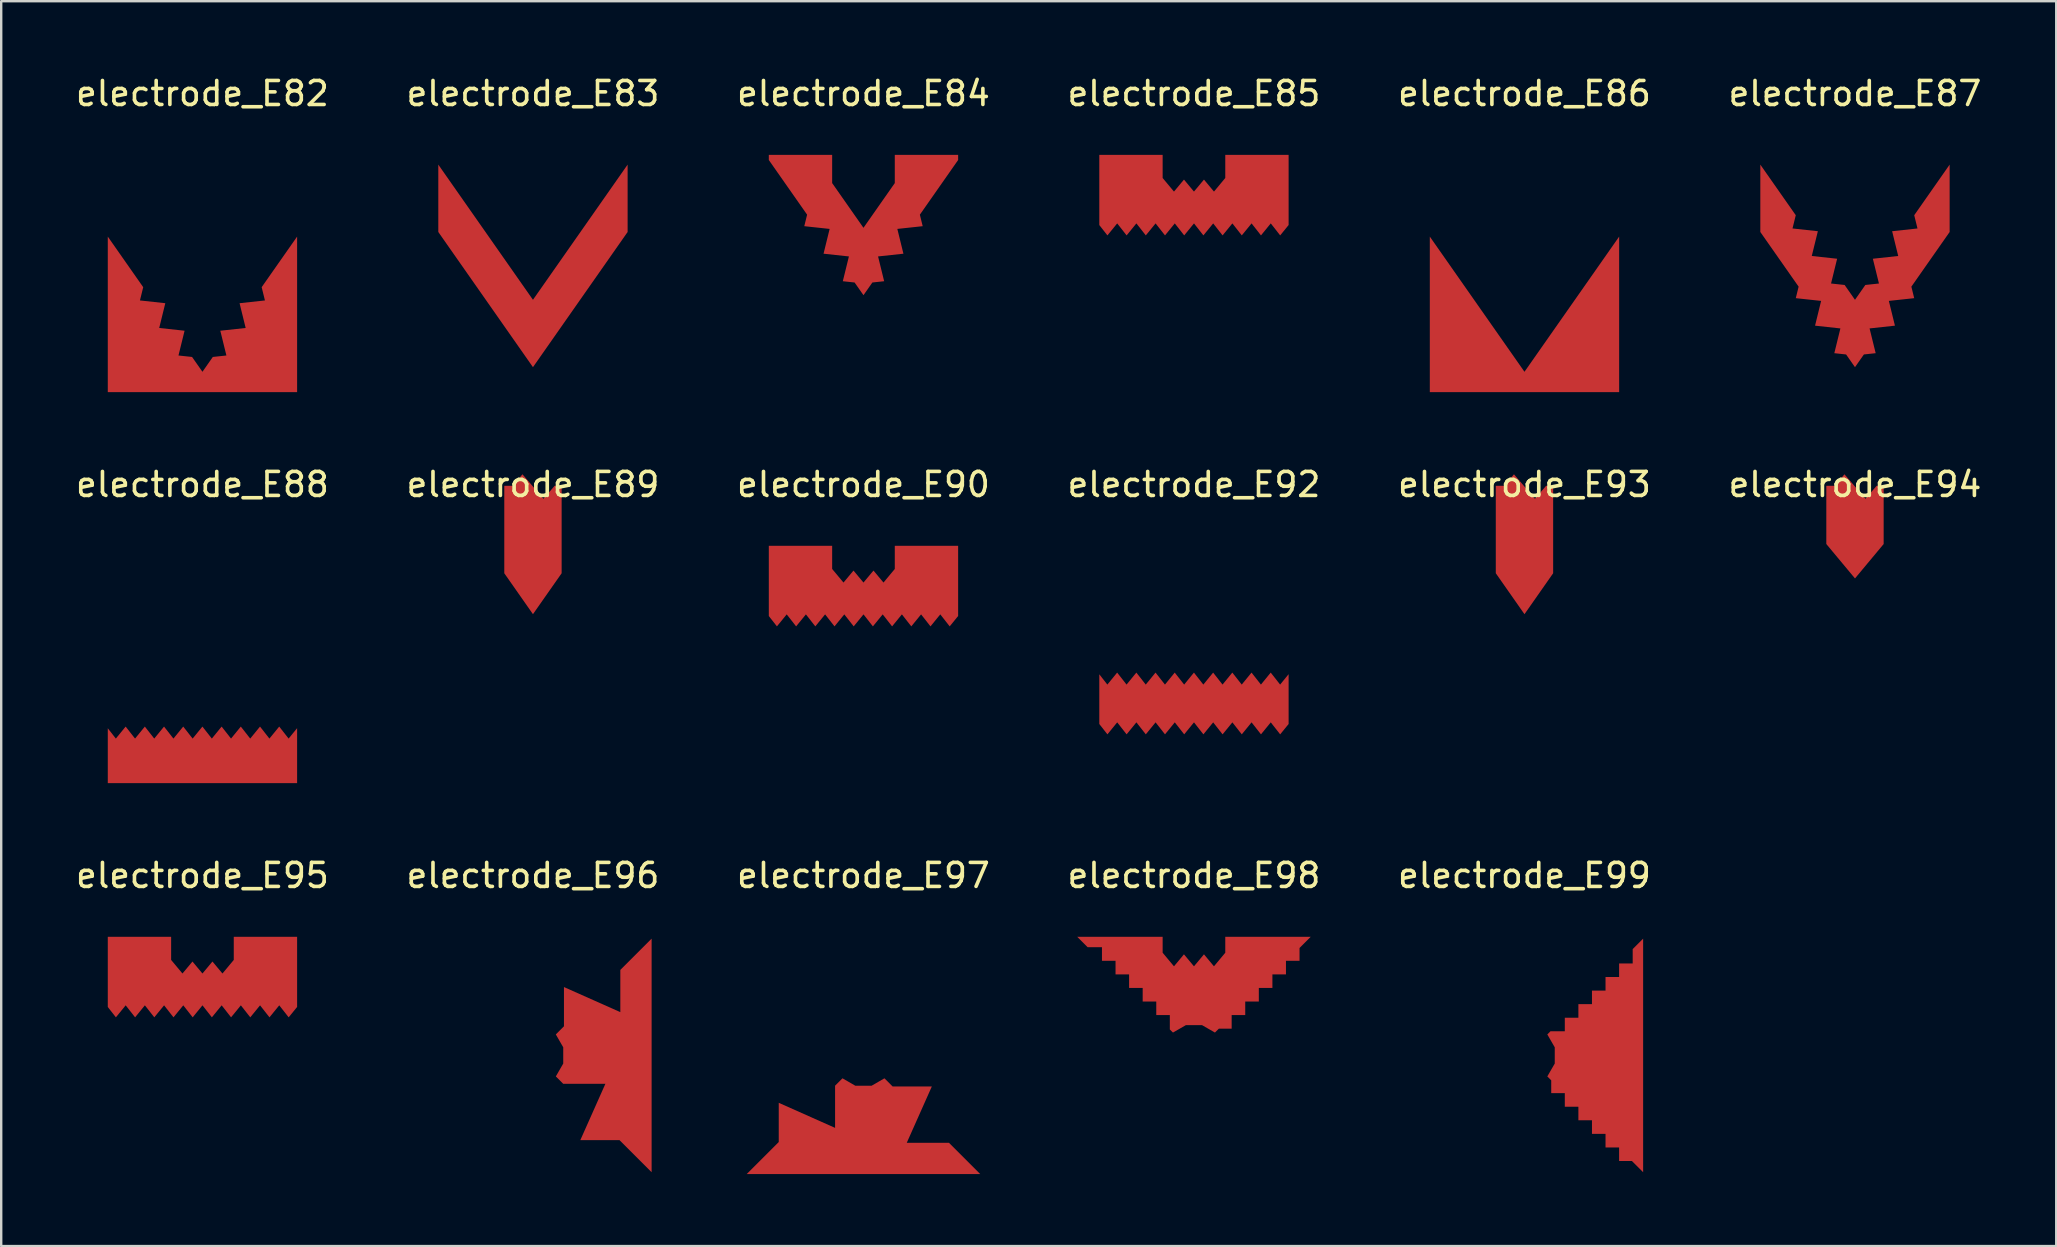
<source format=kicad_pcb>
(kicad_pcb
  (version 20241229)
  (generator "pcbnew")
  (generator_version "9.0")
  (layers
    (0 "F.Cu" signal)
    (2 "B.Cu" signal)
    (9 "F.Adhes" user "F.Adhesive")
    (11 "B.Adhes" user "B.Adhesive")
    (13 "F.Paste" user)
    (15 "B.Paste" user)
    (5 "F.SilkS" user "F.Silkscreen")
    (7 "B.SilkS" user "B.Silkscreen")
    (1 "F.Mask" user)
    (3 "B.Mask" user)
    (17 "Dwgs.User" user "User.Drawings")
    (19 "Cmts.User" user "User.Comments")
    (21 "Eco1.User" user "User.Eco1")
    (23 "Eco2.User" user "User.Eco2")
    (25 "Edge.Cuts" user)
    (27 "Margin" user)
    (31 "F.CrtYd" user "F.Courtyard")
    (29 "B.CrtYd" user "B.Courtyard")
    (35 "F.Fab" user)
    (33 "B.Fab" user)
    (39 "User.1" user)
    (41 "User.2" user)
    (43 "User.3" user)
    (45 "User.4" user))
  (footprint "electrode_E93"
    (layer "F.Cu")
    (at 60.482 17.142)
    (property "Reference" "electrode_E93" (at 0 0 0) (layer "F.SilkS") (effects (font (size 1 1) (thickness 0.15))))
    (attr through_hole)
    (pad "1" smd custom (at -0.037 2.209) (size 0.5 0.5) (layers "F.Cu" "F.Mask" "F.Paste") (options (anchor circle)) (primitives (gr_poly (pts (xy 0.474 -1.613) (xy 0.937 -2.154) (xy 1.232 -2.154) (xy 1.232 1.489) (xy 0.037 3.196) (xy -1.158 1.489) (xy -1.158 -2.154) (xy -0.813 -2.154) (xy -0.401 -2.635)) (width 0.0001) (fill yes)))))
  (footprint "electrode_E96"
    (layer "F.Cu")
    (at 19.161 33.435)
    (property "Reference" "electrode_E96" (at 0 0 0) (layer "F.SilkS") (effects (font (size 1 1) (thickness 0.15))))
    (attr through_hole)
    (pad "1" smd custom (at 2.416 7.48) (size 0.5 0.5) (layers "F.Cu" "F.Mask" "F.Paste") (options (anchor circle)) (primitives (gr_poly (pts (xy 2.529 4.887) (xy 1.192 3.551) (xy -0.443 3.551) (xy 0.603 1.202) (xy -1.156 1.202) (xy -1.463 0.895) (xy -1.154 0.358) (xy -1.154 -0.318) (xy -1.463 -0.855) (xy -1.124 -1.195) (xy -1.124 -2.83) (xy 1.225 -1.784) (xy 1.225 -3.543) (xy 2.529 -4.847)) (width 0.0001) (fill yes)))))
  (footprint "electrode_E97"
    (layer "F.Cu")
    (at 32.935 33.435)
    (property "Reference" "electrode_E97" (at 0 0 0) (layer "F.SilkS") (effects (font (size 1 1) (thickness 0.15))))
    (attr through_hole)
    (pad "1" smd custom (at -0.037 10.482) (size 0.5 0.5) (layers "F.Cu" "F.Mask" "F.Paste") (options (anchor circle)) (primitives (gr_poly (pts (xy 1.251 -1.689) (xy 2.886 -1.689) (xy 1.841 0.659) (xy 3.6 0.659) (xy 4.904 1.963) (xy -4.831 1.963) (xy -3.494 0.627) (xy -3.494 -1.008) (xy -1.146 0.037) (xy -1.146 -1.722) (xy -0.838 -2.029) (xy -0.302 -1.719) (xy 0.375 -1.719) (xy 0.911 -2.029)) (width 0.0001) (fill yes)))))
  (footprint "electrode_E92"
    (layer "F.Cu")
    (at 46.708 17.142)
    (property "Reference" "electrode_E92" (at 0 0 0) (layer "F.SilkS") (effects (font (size 1 1) (thickness 0.15))))
    (attr through_hole)
    (pad "1" smd custom (at -2.838 9.112) (size 0.5 0.5) (layers "F.Cu" "F.Mask" "F.Paste") (options (anchor circle)) (primitives (gr_poly (pts (xy 6.429 -0.774) (xy 6.783 -1.208) (xy 6.783 0.868) (xy 6.431 1.3) (xy 6.039 0.8) (xy 5.631 1.3) (xy 5.239 0.8) (xy 4.831 1.3) (xy 4.439 0.8) (xy 4.031 1.3) (xy 3.639 0.8) (xy 3.231 1.3) (xy 2.839 0.8) (xy 2.431 1.3) (xy 2.039 0.8) (xy 1.631 1.3) (xy 1.239 0.8) (xy 0.831 1.3) (xy 0.439 0.8) (xy 0.031 1.3) (xy -0.361 0.8) (xy -0.769 1.3) (xy -1.107 0.869) (xy -1.107 -1.203) (xy -0.771 -0.774) (xy -0.363 -1.274) (xy 0.029 -0.774) (xy 0.437 -1.274) (xy 0.829 -0.774) (xy 1.237 -1.274) (xy 1.629 -0.774) (xy 2.037 -1.274) (xy 2.429 -0.774) (xy 2.837 -1.274) (xy 3.229 -0.774) (xy 3.637 -1.274) (xy 4.029 -0.774) (xy 4.437 -1.274) (xy 4.829 -0.774) (xy 5.237 -1.274) (xy 5.629 -0.774) (xy 6.037 -1.274)) (width 0.0001) (fill yes)))))
  (footprint "electrode_E85"
    (layer "F.Cu")
    (at 46.708 0.848)
    (property "Reference" "electrode_E85" (at 0 0 0) (layer "F.SilkS") (effects (font (size 1 1) (thickness 0.15))))
    (attr through_hole)
    (pad "1" smd custom (at -2.708 3.99) (size 0.5 0.5) (layers "F.Cu" "F.Mask" "F.Paste") (options (anchor circle)) (primitives (gr_poly (pts (xy 6.653 1.49) (xy 6.301 1.922) (xy 5.909 1.422) (xy 5.501 1.922) (xy 5.109 1.422) (xy 4.701 1.922) (xy 4.309 1.422) (xy 3.901 1.922) (xy 3.509 1.422) (xy 3.101 1.922) (xy 2.709 1.422) (xy 2.301 1.922) (xy 1.909 1.422) (xy 1.501 1.922) (xy 1.109 1.422) (xy 0.701 1.922) (xy 0.309 1.422) (xy -0.099 1.922) (xy -0.491 1.422) (xy -0.899 1.922) (xy -1.237 1.491) (xy -1.237 -1.435) (xy 1.403 -1.435) (xy 1.403 -0.47) (xy 1.875 0.096) (xy 2.292 -0.404) (xy 2.708 0.096) (xy 3.125 -0.404) (xy 3.542 0.096) (xy 4.013 -0.47) (xy 4.013 -1.435) (xy 6.653 -1.435)) (width 0.0001) (fill yes)))))
  (footprint "electrode_E89"
    (layer "F.Cu")
    (at 19.161 17.142)
    (property "Reference" "electrode_E89" (at 0 0 0) (layer "F.SilkS") (effects (font (size 1 1) (thickness 0.15))))
    (attr through_hole)
    (pad "1" smd custom (at 0.22 1.916) (size 0.5 0.5) (layers "F.Cu" "F.Mask" "F.Paste") (options (anchor circle)) (primitives (gr_poly (pts (xy 0.218 -1.32) (xy 0.681 -1.861) (xy 0.975 -1.861) (xy 0.975 1.782) (xy -0.22 3.488) (xy -1.415 1.782) (xy -1.415 -1.861) (xy -1.069 -1.861) (xy -0.657 -2.342)) (width 0.0001) (fill yes)))))
  (footprint "electrode_E83"
    (layer "F.Cu")
    (at 19.161 0.848)
    (property "Reference" "electrode_E83" (at 0 0 0) (layer "F.SilkS") (effects (font (size 1 1) (thickness 0.15))))
    (attr through_hole)
    (pad "1" smd custom (at -0.073 9.823) (size 0.5 0.5) (layers "F.Cu" "F.Mask" "F.Paste") (options (anchor circle)) (primitives (gr_poly (pts (xy 4.018 -4.053) (xy 0.073 1.581) (xy -3.872 -4.053) (xy -3.872 -6.861) (xy 0.073 -1.227) (xy 4.018 -6.861)) (width 0.0001) (fill yes)))))
  (footprint "electrode_E98"
    (layer "F.Cu")
    (at 46.708 33.435)
    (property "Reference" "electrode_E98" (at 0 0 0) (layer "F.SilkS") (effects (font (size 1 1) (thickness 0.15))))
    (attr through_hole)
    (pad "1" smd custom (at 2.526 3.38) (size 0.5 0.5) (layers "F.Cu" "F.Mask" "F.Paste") (options (anchor circle)) (primitives (gr_poly (pts (xy -3.831 -0.16) (xy -3.359 0.406) (xy -2.943 -0.094) (xy -2.526 0.406) (xy -2.109 -0.094) (xy -1.693 0.406) (xy -1.221 -0.16) (xy -1.221 -0.825) (xy 2.341 -0.825) (xy 1.874 -0.358) (xy 1.874 0.176) (xy 1.308 0.176) (xy 1.308 0.742) (xy 0.743 0.742) (xy 0.743 1.307) (xy 0.177 1.307) (xy 0.177 1.873) (xy -0.389 1.873) (xy -0.389 2.439) (xy -0.955 2.439) (xy -0.955 3.004) (xy -1.488 3.004) (xy -1.651 3.167) (xy -2.188 2.858) (xy -2.864 2.858) (xy -3.401 3.167) (xy -3.532 3.037) (xy -3.532 2.439) (xy -4.097 2.439) (xy -4.097 1.873) (xy -4.663 1.873) (xy -4.663 1.307) (xy -5.229 1.307) (xy -5.229 0.742) (xy -5.794 0.742) (xy -5.794 0.176) (xy -6.36 0.176) (xy -6.36 -0.39) (xy -6.958 -0.39) (xy -7.393 -0.825) (xy -3.831 -0.825)) (width 0.0001) (fill yes)))))
  (footprint "electrode_E90"
    (layer "F.Cu")
    (at 32.935 17.142)
    (property "Reference" "electrode_E90" (at 0 0 0) (layer "F.SilkS") (effects (font (size 1 1) (thickness 0.15))))
    (attr through_hole)
    (pad "1" smd custom (at -2.708 3.99) (size 0.5 0.5) (layers "F.Cu" "F.Mask" "F.Paste") (options (anchor circle)) (primitives (gr_poly (pts (xy 6.653 1.49) (xy 6.301 1.922) (xy 5.909 1.422) (xy 5.501 1.922) (xy 5.109 1.422) (xy 4.701 1.922) (xy 4.309 1.422) (xy 3.901 1.922) (xy 3.509 1.422) (xy 3.101 1.922) (xy 2.709 1.422) (xy 2.301 1.922) (xy 1.909 1.422) (xy 1.501 1.922) (xy 1.109 1.422) (xy 0.701 1.922) (xy 0.309 1.422) (xy -0.099 1.922) (xy -0.491 1.422) (xy -0.899 1.922) (xy -1.237 1.491) (xy -1.237 -1.435) (xy 1.403 -1.435) (xy 1.403 -0.47) (xy 1.875 0.096) (xy 2.292 -0.404) (xy 2.708 0.096) (xy 3.125 -0.404) (xy 3.542 0.096) (xy 4.013 -0.47) (xy 4.013 -1.435) (xy 6.653 -1.435)) (width 0.0001) (fill yes)))))
  (footprint "electrode_E82"
    (layer "F.Cu")
    (at 5.387 0.848)
    (property "Reference" "electrode_E82" (at 0 0 0) (layer "F.SilkS") (effects (font (size 1 1) (thickness 0.15))))
    (attr through_hole)
    (pad "1" smd custom (at 3.038 9.603) (size 0.5 0.5) (layers "F.Cu" "F.Mask" "F.Paste") (options (anchor circle)) (primitives (gr_poly (pts (xy 0.907 2.842) (xy -6.983 2.842) (xy -6.983 -3.641) (xy -5.507 -1.533) (xy -5.643 -0.98) (xy -4.586 -0.865) (xy -4.84 0.167) (xy -3.783 0.282) (xy -4.037 1.314) (xy -3.471 1.375) (xy -3.038 1.993) (xy -2.606 1.375) (xy -2.04 1.314) (xy -2.294 0.282) (xy -1.237 0.167) (xy -1.491 -0.865) (xy -0.434 -0.98) (xy -0.57 -1.533) (xy 0.907 -3.641)) (width 0.0001) (fill yes)))))
  (footprint "electrode_E95"
    (layer "F.Cu")
    (at 5.387 33.435)
    (property "Reference" "electrode_E95" (at 0 0 0) (layer "F.SilkS") (effects (font (size 1 1) (thickness 0.15))))
    (attr through_hole)
    (pad "1" smd custom (at -2.708 3.99) (size 0.5 0.5) (layers "F.Cu" "F.Mask" "F.Paste") (options (anchor circle)) (primitives (gr_poly (pts (xy 6.653 1.49) (xy 6.301 1.922) (xy 5.909 1.422) (xy 5.501 1.922) (xy 5.109 1.422) (xy 4.701 1.922) (xy 4.309 1.422) (xy 3.901 1.922) (xy 3.509 1.422) (xy 3.101 1.922) (xy 2.709 1.422) (xy 2.301 1.922) (xy 1.909 1.422) (xy 1.501 1.922) (xy 1.109 1.422) (xy 0.701 1.922) (xy 0.309 1.422) (xy -0.099 1.922) (xy -0.491 1.422) (xy -0.899 1.922) (xy -1.237 1.491) (xy -1.237 -1.435) (xy 1.403 -1.435) (xy 1.403 -0.47) (xy 1.875 0.096) (xy 2.292 -0.404) (xy 2.708 0.096) (xy 3.125 -0.404) (xy 3.542 0.096) (xy 4.013 -0.47) (xy 4.013 -1.435) (xy 6.653 -1.435)) (width 0.0001) (fill yes)))))
  (footprint "electrode_E87"
    (layer "F.Cu")
    (at 74.256 0.848)
    (property "Reference" "electrode_E87" (at 0 0 0) (layer "F.SilkS") (effects (font (size 1 1) (thickness 0.15))))
    (attr through_hole)
    (pad "1" smd custom (at 3.185 5.979) (size 0.5 0.5) (layers "F.Cu" "F.Mask" "F.Paste") (options (anchor circle)) (primitives (gr_poly (pts (xy 0.76 -0.209) (xy -0.835 2.069) (xy -0.717 2.549) (xy -1.774 2.663) (xy -1.52 3.695) (xy -2.577 3.81) (xy -2.323 4.842) (xy -2.814 4.895) (xy -3.185 5.425) (xy -3.556 4.895) (xy -4.046 4.842) (xy -3.793 3.81) (xy -4.849 3.695) (xy -4.596 2.663) (xy -5.652 2.549) (xy -5.534 2.069) (xy -7.13 -0.209) (xy -7.13 -3.017) (xy -5.653 -0.908) (xy -5.789 -0.356) (xy -4.732 -0.241) (xy -4.986 0.791) (xy -3.929 0.906) (xy -4.183 1.938) (xy -3.617 1.999) (xy -3.185 2.617) (xy -2.753 1.999) (xy -2.186 1.938) (xy -2.44 0.906) (xy -1.383 0.791) (xy -1.637 -0.241) (xy -0.58 -0.356) (xy -0.716 -0.908) (xy 0.76 -3.017)) (width 0.0001) (fill yes)))))
  (footprint "electrode_E88"
    (layer "F.Cu")
    (at 5.387 17.142)
    (property "Reference" "electrode_E88" (at 0 0 0) (layer "F.SilkS") (effects (font (size 1 1) (thickness 0.15))))
    (attr through_hole)
    (pad "1" smd custom (at -2.806 11.576) (size 0.5 0.5) (layers "F.Cu" "F.Mask" "F.Paste") (options (anchor circle)) (primitives (gr_poly (pts (xy 6.397 -0.988) (xy 6.751 -1.422) (xy 6.751 0.869) (xy -1.139 0.869) (xy -1.139 -1.417) (xy -0.803 -0.988) (xy -0.395 -1.488) (xy -0.003 -0.988) (xy 0.405 -1.488) (xy 0.797 -0.988) (xy 1.205 -1.488) (xy 1.597 -0.988) (xy 2.005 -1.488) (xy 2.397 -0.988) (xy 2.805 -1.488) (xy 3.197 -0.988) (xy 3.605 -1.488) (xy 3.997 -0.988) (xy 4.405 -1.488) (xy 4.797 -0.988) (xy 5.205 -1.488) (xy 5.597 -0.988) (xy 6.005 -1.488)) (width 0.0001) (fill yes)))))
  (footprint "electrode_E86"
    (layer "F.Cu")
    (at 60.482 0.848)
    (property "Reference" "electrode_E86" (at 0 0 0) (layer "F.SilkS") (effects (font (size 1 1) (thickness 0.15))))
    (attr through_hole)
    (pad "1" smd custom (at -2.562 10.958) (size 0.5 0.5) (layers "F.Cu" "F.Mask" "F.Paste") (options (anchor circle)) (primitives (gr_poly (pts (xy 6.508 1.487) (xy -1.383 1.487) (xy -1.383 -4.996) (xy 2.562 0.638) (xy 6.508 -4.996)) (width 0.0001) (fill yes)))))
  (footprint "electrode_E84"
    (layer "F.Cu")
    (at 32.935 0.848)
    (property "Reference" "electrode_E84" (at 0 0 0) (layer "F.SilkS") (effects (font (size 1 1) (thickness 0.15))))
    (attr through_hole)
    (pad "1" smd custom (at 1.904 3.673) (size 0.5 0.5) (layers "F.Cu" "F.Mask" "F.Paste") (options (anchor circle)) (primitives (gr_poly (pts (xy 2.041 -0.903) (xy 0.446 1.376) (xy 0.564 1.855) (xy -0.493 1.969) (xy -0.239 3.002) (xy -1.296 3.116) (xy -1.042 4.149) (xy -1.533 4.202) (xy -1.904 4.731) (xy -2.274 4.202) (xy -2.765 4.149) (xy -2.511 3.116) (xy -3.568 3.002) (xy -3.314 1.969) (xy -4.371 1.855) (xy -4.253 1.376) (xy -5.849 -0.903) (xy -5.849 -1.118) (xy -3.209 -1.118) (xy -3.209 0.059) (xy -1.904 1.923) (xy -0.599 0.059) (xy -0.599 -1.118) (xy 2.041 -1.118)) (width 0.0001) (fill yes)))))
  (footprint "electrode_E94"
    (layer "F.Cu")
    (at 74.256 17.142)
    (property "Reference" "electrode_E94" (at 0 0 0) (layer "F.SilkS") (effects (font (size 1 1) (thickness 0.15))))
    (attr through_hole)
    (pad "1" smd custom (at 0 1.55) (size 0.5 0.5) (layers "F.Cu" "F.Mask" "F.Paste") (options (anchor circle)) (primitives (gr_poly (pts (xy 0.438 -0.954) (xy 0.9 -1.495) (xy 1.195 -1.495) (xy 1.195 0.93) (xy 0 2.364) (xy -1.195 0.93) (xy -1.195 -1.495) (xy -0.85 -1.495) (xy -0.438 -1.976)) (width 0.0001) (fill yes)))))
  (footprint "electrode_E99"
    (layer "F.Cu")
    (at 60.482 33.435)
    (property "Reference" "electrode_E99" (at 0 0 0) (layer "F.SilkS") (effects (font (size 1 1) (thickness 0.15))))
    (attr through_hole)
    (pad "1" smd custom (at 4.173 7.663) (size 0.5 0.5) (layers "F.Cu" "F.Mask" "F.Paste") (options (anchor circle)) (primitives (gr_poly (pts (xy 0.772 4.704) (xy 0.304 4.237) (xy -0.229 4.237) (xy -0.229 3.671) (xy -0.795 3.671) (xy -0.795 3.105) (xy -1.36 3.105) (xy -1.36 2.54) (xy -1.926 2.54) (xy -1.926 1.974) (xy -2.492 1.974) (xy -2.492 1.408) (xy -3.058 1.408) (xy -3.058 0.875) (xy -3.221 0.712) (xy -2.911 0.175) (xy -2.911 -0.501) (xy -3.221 -1.038) (xy -3.09 -1.169) (xy -2.492 -1.169) (xy -2.492 -1.734) (xy -1.926 -1.734) (xy -1.926 -2.3) (xy -1.36 -2.3) (xy -1.36 -2.866) (xy -0.795 -2.866) (xy -0.795 -3.431) (xy -0.229 -3.431) (xy -0.229 -3.997) (xy 0.337 -3.997) (xy 0.337 -4.595) (xy 0.772 -5.03)) (width 0.0001) (fill yes)))))
  (gr_rect
    (start -3 -3)
    (end 82.643 48.88)
    (stroke (width 0.1) (type default))
    (fill no)
    (layer "Edge.Cuts")))
</source>
